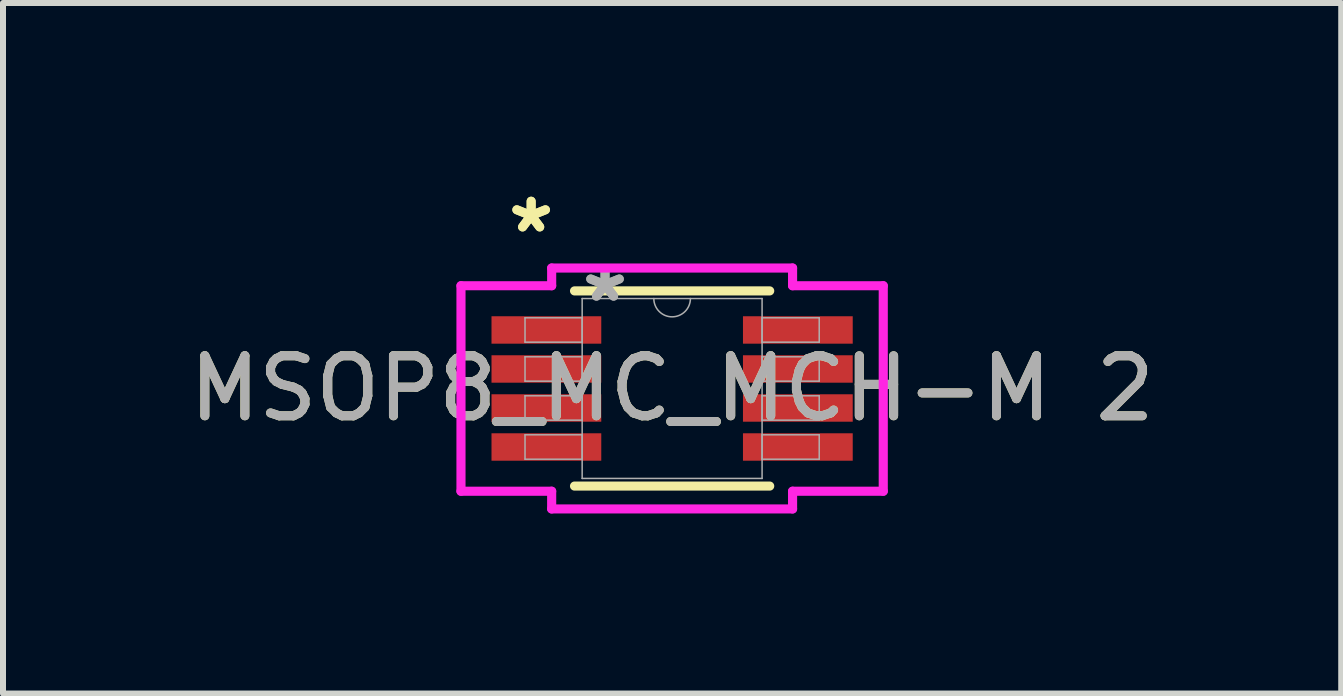
<source format=kicad_pcb>
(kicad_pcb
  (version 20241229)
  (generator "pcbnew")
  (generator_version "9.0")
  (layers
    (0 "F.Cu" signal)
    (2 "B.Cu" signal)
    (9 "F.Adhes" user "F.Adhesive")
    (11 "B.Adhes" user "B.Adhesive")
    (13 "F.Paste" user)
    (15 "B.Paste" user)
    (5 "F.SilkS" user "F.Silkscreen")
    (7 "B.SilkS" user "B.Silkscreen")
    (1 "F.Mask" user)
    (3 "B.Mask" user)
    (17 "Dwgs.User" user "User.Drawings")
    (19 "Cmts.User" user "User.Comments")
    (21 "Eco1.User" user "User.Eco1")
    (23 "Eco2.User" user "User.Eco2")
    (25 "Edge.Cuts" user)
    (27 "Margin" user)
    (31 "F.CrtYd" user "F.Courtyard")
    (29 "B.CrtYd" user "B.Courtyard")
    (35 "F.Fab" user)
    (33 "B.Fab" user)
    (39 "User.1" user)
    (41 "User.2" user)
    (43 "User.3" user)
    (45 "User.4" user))
  (footprint "MSOP8_MC_MCH-M 2"
    (layer "F.Cu")
    (at 8.149 3.423)
    (property "Reference" "MSOP8_MC_MCH-M 2" (at 0 0 0) (unlocked yes) (layer "F.SilkS") (effects (font (size 1 1) (thickness 0.15))))
    (attr smd)
    (fp_line (start -1.626 1.626) (end 1.626 1.626) (stroke (width 0.152) (type solid)) (layer "F.SilkS"))
    (fp_line (start 1.626 -1.626) (end -1.626 -1.626) (stroke (width 0.152) (type solid)) (layer "F.SilkS"))
    (fp_line (start -3.518 -1.712) (end -2.007 -1.712) (stroke (width 0.152) (type solid)) (layer "F.CrtYd"))
    (fp_line (start -3.518 1.712) (end -3.518 -1.712) (stroke (width 0.152) (type solid)) (layer "F.CrtYd"))
    (fp_line (start -3.518 1.712) (end -2.007 1.712) (stroke (width 0.152) (type solid)) (layer "F.CrtYd"))
    (fp_line (start -2.007 -2.007) (end 2.007 -2.007) (stroke (width 0.152) (type solid)) (layer "F.CrtYd"))
    (fp_line (start -2.007 -1.712) (end -2.007 -2.007) (stroke (width 0.152) (type solid)) (layer "F.CrtYd"))
    (fp_line (start -2.007 2.007) (end -2.007 1.712) (stroke (width 0.152) (type solid)) (layer "F.CrtYd"))
    (fp_line (start 2.007 -2.007) (end 2.007 -1.712) (stroke (width 0.152) (type solid)) (layer "F.CrtYd"))
    (fp_line (start 2.007 1.712) (end 2.007 2.007) (stroke (width 0.152) (type solid)) (layer "F.CrtYd"))
    (fp_line (start 2.007 2.007) (end -2.007 2.007) (stroke (width 0.152) (type solid)) (layer "F.CrtYd"))
    (fp_line (start 3.518 -1.712) (end 2.007 -1.712) (stroke (width 0.152) (type solid)) (layer "F.CrtYd"))
    (fp_line (start 3.518 -1.712) (end 3.518 1.712) (stroke (width 0.152) (type solid)) (layer "F.CrtYd"))
    (fp_line (start 3.518 1.712) (end 2.007 1.712) (stroke (width 0.152) (type solid)) (layer "F.CrtYd"))
    (fp_line (start -2.451 -1.178) (end -2.451 -0.772) (stroke (width 0.025) (type solid)) (layer "F.Fab"))
    (fp_line (start -2.451 -0.772) (end -1.499 -0.772) (stroke (width 0.025) (type solid)) (layer "F.Fab"))
    (fp_line (start -2.451 -0.528) (end -2.451 -0.122) (stroke (width 0.025) (type solid)) (layer "F.Fab"))
    (fp_line (start -2.451 -0.122) (end -1.499 -0.122) (stroke (width 0.025) (type solid)) (layer "F.Fab"))
    (fp_line (start -2.451 0.122) (end -2.451 0.528) (stroke (width 0.025) (type solid)) (layer "F.Fab"))
    (fp_line (start -2.451 0.528) (end -1.499 0.528) (stroke (width 0.025) (type solid)) (layer "F.Fab"))
    (fp_line (start -2.451 0.772) (end -2.451 1.178) (stroke (width 0.025) (type solid)) (layer "F.Fab"))
    (fp_line (start -2.451 1.178) (end -1.499 1.178) (stroke (width 0.025) (type solid)) (layer "F.Fab"))
    (fp_line (start -1.499 -1.499) (end -1.499 1.499) (stroke (width 0.025) (type solid)) (layer "F.Fab"))
    (fp_line (start -1.499 -1.178) (end -2.451 -1.178) (stroke (width 0.025) (type solid)) (layer "F.Fab"))
    (fp_line (start -1.499 -0.772) (end -1.499 -1.178) (stroke (width 0.025) (type solid)) (layer "F.Fab"))
    (fp_line (start -1.499 -0.528) (end -2.451 -0.528) (stroke (width 0.025) (type solid)) (layer "F.Fab"))
    (fp_line (start -1.499 -0.122) (end -1.499 -0.528) (stroke (width 0.025) (type solid)) (layer "F.Fab"))
    (fp_line (start -1.499 0.122) (end -2.451 0.122) (stroke (width 0.025) (type solid)) (layer "F.Fab"))
    (fp_line (start -1.499 0.528) (end -1.499 0.122) (stroke (width 0.025) (type solid)) (layer "F.Fab"))
    (fp_line (start -1.499 0.772) (end -2.451 0.772) (stroke (width 0.025) (type solid)) (layer "F.Fab"))
    (fp_line (start -1.499 1.178) (end -1.499 0.772) (stroke (width 0.025) (type solid)) (layer "F.Fab"))
    (fp_line (start -1.499 1.499) (end 1.499 1.499) (stroke (width 0.025) (type solid)) (layer "F.Fab"))
    (fp_line (start 1.499 -1.499) (end -1.499 -1.499) (stroke (width 0.025) (type solid)) (layer "F.Fab"))
    (fp_line (start 1.499 -1.178) (end 1.499 -0.772) (stroke (width 0.025) (type solid)) (layer "F.Fab"))
    (fp_line (start 1.499 -0.772) (end 2.451 -0.772) (stroke (width 0.025) (type solid)) (layer "F.Fab"))
    (fp_line (start 1.499 -0.528) (end 1.499 -0.122) (stroke (width 0.025) (type solid)) (layer "F.Fab"))
    (fp_line (start 1.499 -0.122) (end 2.451 -0.122) (stroke (width 0.025) (type solid)) (layer "F.Fab"))
    (fp_line (start 1.499 0.122) (end 1.499 0.528) (stroke (width 0.025) (type solid)) (layer "F.Fab"))
    (fp_line (start 1.499 0.528) (end 2.451 0.528) (stroke (width 0.025) (type solid)) (layer "F.Fab"))
    (fp_line (start 1.499 0.772) (end 1.499 1.178) (stroke (width 0.025) (type solid)) (layer "F.Fab"))
    (fp_line (start 1.499 1.178) (end 2.451 1.178) (stroke (width 0.025) (type solid)) (layer "F.Fab"))
    (fp_line (start 1.499 1.499) (end 1.499 -1.499) (stroke (width 0.025) (type solid)) (layer "F.Fab"))
    (fp_line (start 2.451 -1.178) (end 1.499 -1.178) (stroke (width 0.025) (type solid)) (layer "F.Fab"))
    (fp_line (start 2.451 -0.772) (end 2.451 -1.178) (stroke (width 0.025) (type solid)) (layer "F.Fab"))
    (fp_line (start 2.451 -0.528) (end 1.499 -0.528) (stroke (width 0.025) (type solid)) (layer "F.Fab"))
    (fp_line (start 2.451 -0.122) (end 2.451 -0.528) (stroke (width 0.025) (type solid)) (layer "F.Fab"))
    (fp_line (start 2.451 0.122) (end 1.499 0.122) (stroke (width 0.025) (type solid)) (layer "F.Fab"))
    (fp_line (start 2.451 0.528) (end 2.451 0.122) (stroke (width 0.025) (type solid)) (layer "F.Fab"))
    (fp_line (start 2.451 0.772) (end 1.499 0.772) (stroke (width 0.025) (type solid)) (layer "F.Fab"))
    (fp_line (start 2.451 1.178) (end 2.451 0.772) (stroke (width 0.025) (type solid)) (layer "F.Fab"))
    (fp_arc (start 0.3048 -1.4986) (mid 0 -1.1938) (end -0.3048 -1.4986) (stroke (width 0.0254) (type solid)) (layer "F.Fab"))
    (fp_text user "*" (at -2.349 -2.575 0) (layer "F.SilkS") (effects (font (size 1 1) (thickness 0.15))))
    (fp_text user "*" (at -2.349 -2.575 0) (unlocked yes) (layer "F.SilkS") (effects (font (size 1 1) (thickness 0.15))))
    (fp_text user "*" (at -1.118 -1.422 0) (layer "F.Fab") (effects (font (size 1 1) (thickness 0.15))))
    (fp_text user "*" (at -1.118 -1.422 0) (unlocked yes) (layer "F.Fab") (effects (font (size 1 1) (thickness 0.15))))
    (fp_text user "${REFERENCE}" (at 0 0 0) (unlocked yes) (layer "F.Fab") (effects (font (size 1 1) (thickness 0.15))))
    (pad "1" smd rect (at -2.095 -0.975) (size 1.829 0.457) (layers "F.Cu" "F.Mask" "F.Paste"))
    (pad "2" smd rect (at -2.095 -0.325) (size 1.829 0.457) (layers "F.Cu" "F.Mask" "F.Paste"))
    (pad "3" smd rect (at -2.095 0.325) (size 1.829 0.457) (layers "F.Cu" "F.Mask" "F.Paste"))
    (pad "4" smd rect (at -2.095 0.975) (size 1.829 0.457) (layers "F.Cu" "F.Mask" "F.Paste"))
    (pad "5" smd rect (at 2.095 0.975) (size 1.829 0.457) (layers "F.Cu" "F.Mask" "F.Paste"))
    (pad "6" smd rect (at 2.095 0.325) (size 1.829 0.457) (layers "F.Cu" "F.Mask" "F.Paste"))
    (pad "7" smd rect (at 2.095 -0.325) (size 1.829 0.457) (layers "F.Cu" "F.Mask" "F.Paste"))
    (pad "8" smd rect (at 2.095 -0.975) (size 1.829 0.457) (layers "F.Cu" "F.Mask" "F.Paste")))
  (gr_rect
    (start -3 -3)
    (end 19.298 8.506)
    (stroke (width 0.1) (type default))
    (fill no)
    (layer "Edge.Cuts")))
</source>
